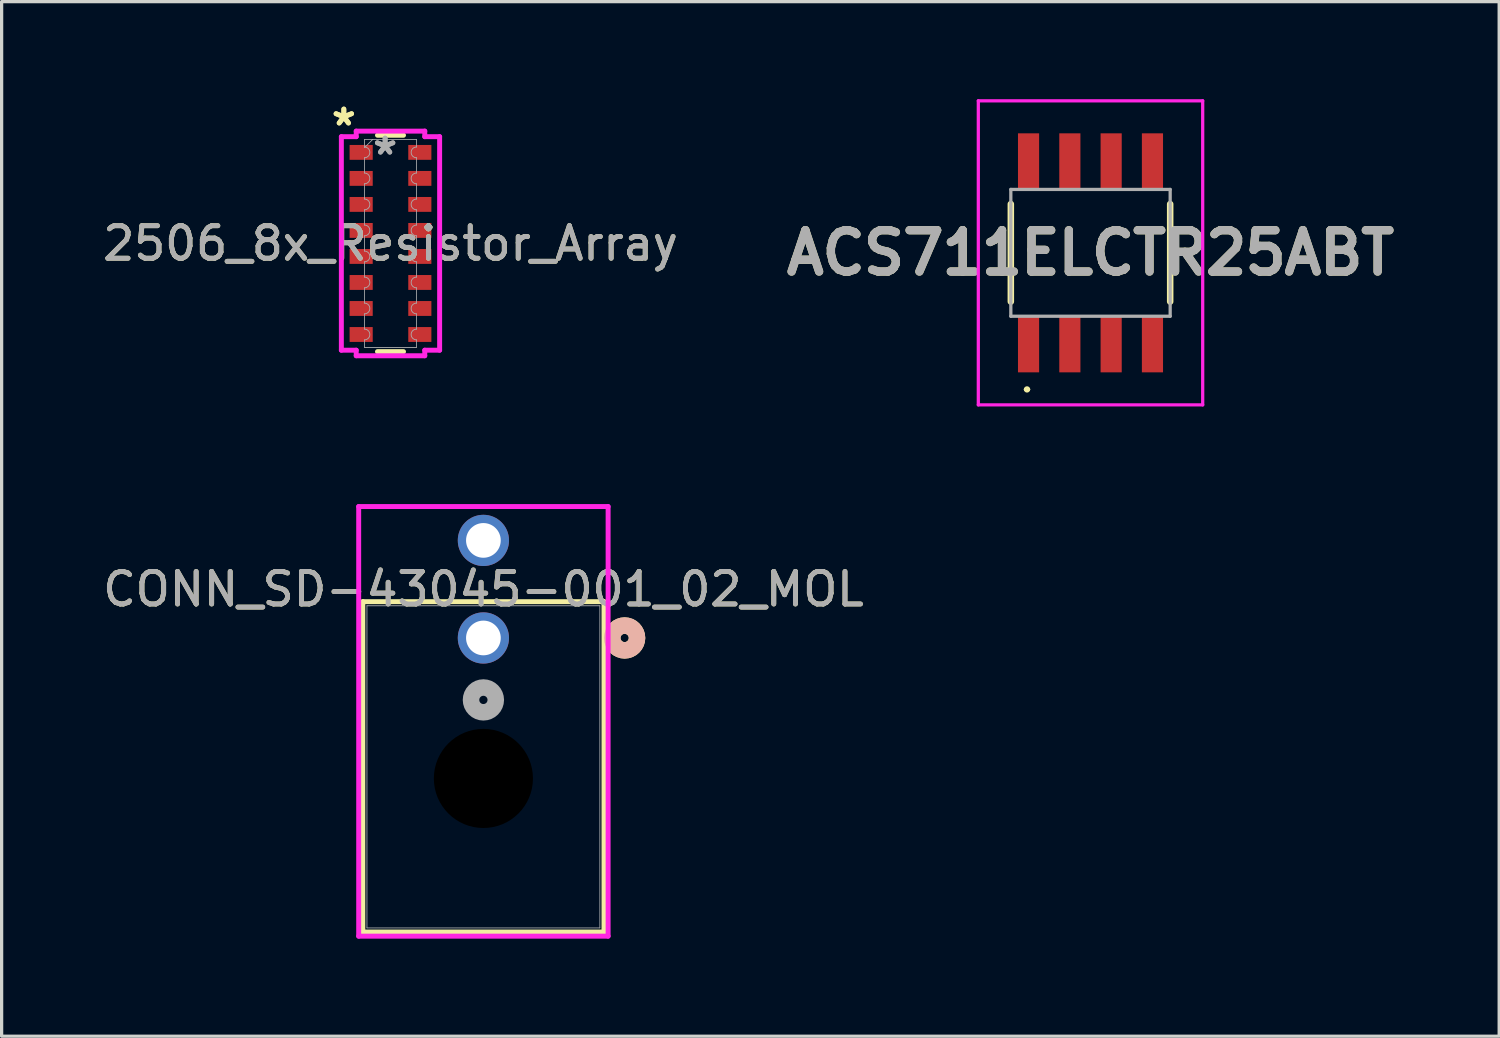
<source format=kicad_pcb>
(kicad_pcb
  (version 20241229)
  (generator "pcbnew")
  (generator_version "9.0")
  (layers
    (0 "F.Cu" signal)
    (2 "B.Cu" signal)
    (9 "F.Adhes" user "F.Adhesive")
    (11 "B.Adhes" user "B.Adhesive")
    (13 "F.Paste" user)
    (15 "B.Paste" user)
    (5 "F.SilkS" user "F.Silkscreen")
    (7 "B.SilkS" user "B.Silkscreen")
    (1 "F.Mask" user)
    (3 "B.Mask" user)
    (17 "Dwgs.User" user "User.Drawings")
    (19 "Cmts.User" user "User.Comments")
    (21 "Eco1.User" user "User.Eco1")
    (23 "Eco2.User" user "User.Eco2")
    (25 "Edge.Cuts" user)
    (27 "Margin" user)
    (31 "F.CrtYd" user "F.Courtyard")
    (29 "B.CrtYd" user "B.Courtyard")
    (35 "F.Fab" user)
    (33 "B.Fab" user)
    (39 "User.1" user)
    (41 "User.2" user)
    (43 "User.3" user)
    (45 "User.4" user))
  (footprint "2506_8x_Resistor_Array"
    (layer "F.Cu")
    (at 8.958 4.436)
    (property "Reference" "2506_8x_Resistor_Array" (at 0 0 0) (unlocked yes) (layer "F.SilkS") (effects (font (size 1 1) (thickness 0.15))))
    (attr smd)
    (fp_line (start -0.4 -3.327) (end 0.4 -3.327) (stroke (width 0.152) (type solid)) (layer "F.SilkS"))
    (fp_line (start -0.4 3.327) (end 0.4 3.327) (stroke (width 0.152) (type solid)) (layer "F.SilkS"))
    (fp_line (start -1.511 -3.283) (end -1.054 -3.283) (stroke (width 0.152) (type solid)) (layer "F.CrtYd"))
    (fp_line (start -1.511 3.283) (end -1.511 -3.283) (stroke (width 0.152) (type solid)) (layer "F.CrtYd"))
    (fp_line (start -1.511 3.283) (end -1.054 3.283) (stroke (width 0.152) (type solid)) (layer "F.CrtYd"))
    (fp_line (start -1.054 -3.454) (end 1.054 -3.454) (stroke (width 0.152) (type solid)) (layer "F.CrtYd"))
    (fp_line (start -1.054 -3.283) (end -1.054 -3.454) (stroke (width 0.152) (type solid)) (layer "F.CrtYd"))
    (fp_line (start -1.054 3.454) (end -1.054 3.283) (stroke (width 0.152) (type solid)) (layer "F.CrtYd"))
    (fp_line (start 1.054 -3.454) (end 1.054 -3.283) (stroke (width 0.152) (type solid)) (layer "F.CrtYd"))
    (fp_line (start 1.054 3.283) (end 1.054 3.454) (stroke (width 0.152) (type solid)) (layer "F.CrtYd"))
    (fp_line (start 1.054 3.454) (end -1.054 3.454) (stroke (width 0.152) (type solid)) (layer "F.CrtYd"))
    (fp_line (start 1.511 -3.283) (end 1.054 -3.283) (stroke (width 0.152) (type solid)) (layer "F.CrtYd"))
    (fp_line (start 1.511 -3.283) (end 1.511 3.283) (stroke (width 0.152) (type solid)) (layer "F.CrtYd"))
    (fp_line (start 1.511 3.283) (end 1.054 3.283) (stroke (width 0.152) (type solid)) (layer "F.CrtYd"))
    (fp_line (start -0.8 -3.2) (end 0.8 -3.2) (stroke (width 0.025) (type solid)) (layer "F.Fab"))
    (fp_line (start -0.8 -2.965) (end -0.8 -3.2) (stroke (width 0.025) (type solid)) (layer "F.Fab"))
    (fp_line (start -0.8 -2.635) (end -0.8 -2.165) (stroke (width 0.025) (type solid)) (layer "F.Fab"))
    (fp_line (start -0.8 -1.835) (end -0.8 -1.365) (stroke (width 0.025) (type solid)) (layer "F.Fab"))
    (fp_line (start -0.8 -1.035) (end -0.8 -0.565) (stroke (width 0.025) (type solid)) (layer "F.Fab"))
    (fp_line (start -0.8 -0.235) (end -0.8 0.235) (stroke (width 0.025) (type solid)) (layer "F.Fab"))
    (fp_line (start -0.8 0.565) (end -0.8 1.035) (stroke (width 0.025) (type solid)) (layer "F.Fab"))
    (fp_line (start -0.8 1.365) (end -0.8 1.835) (stroke (width 0.025) (type solid)) (layer "F.Fab"))
    (fp_line (start -0.8 2.165) (end -0.8 2.635) (stroke (width 0.025) (type solid)) (layer "F.Fab"))
    (fp_line (start -0.8 2.965) (end -0.8 3.2) (stroke (width 0.025) (type solid)) (layer "F.Fab"))
    (fp_line (start -0.8 3.2) (end 0.8 3.2) (stroke (width 0.025) (type solid)) (layer "F.Fab"))
    (fp_line (start -0.546 -3.2) (end -0.8 -2.946) (stroke (width 0.025) (type solid)) (layer "F.Fab"))
    (fp_line (start 0.8 -2.965) (end 0.8 -3.2) (stroke (width 0.025) (type solid)) (layer "F.Fab"))
    (fp_line (start 0.8 -2.635) (end 0.8 -2.165) (stroke (width 0.025) (type solid)) (layer "F.Fab"))
    (fp_line (start 0.8 -1.835) (end 0.8 -1.365) (stroke (width 0.025) (type solid)) (layer "F.Fab"))
    (fp_line (start 0.8 -1.035) (end 0.8 -0.565) (stroke (width 0.025) (type solid)) (layer "F.Fab"))
    (fp_line (start 0.8 -0.235) (end 0.8 0.235) (stroke (width 0.025) (type solid)) (layer "F.Fab"))
    (fp_line (start 0.8 0.565) (end 0.8 1.035) (stroke (width 0.025) (type solid)) (layer "F.Fab"))
    (fp_line (start 0.8 1.365) (end 0.8 1.835) (stroke (width 0.025) (type solid)) (layer "F.Fab"))
    (fp_line (start 0.8 2.165) (end 0.8 2.635) (stroke (width 0.025) (type solid)) (layer "F.Fab"))
    (fp_line (start 0.8 2.965) (end 0.8 3.2) (stroke (width 0.025) (type solid)) (layer "F.Fab"))
    (fp_arc (start -0.8001 -2.965099) (mid -0.635 -2.799999) (end -0.8001 -2.634899) (stroke (width 0.0254) (type solid)) (layer "F.Fab"))
    (fp_arc (start -0.8001 -2.165099) (mid -0.635 -1.999999) (end -0.8001 -1.834899) (stroke (width 0.0254) (type solid)) (layer "F.Fab"))
    (fp_arc (start -0.8001 -1.3651) (mid -0.635 -1.2) (end -0.8001 -1.0349) (stroke (width 0.0254) (type solid)) (layer "F.Fab"))
    (fp_arc (start -0.8001 -0.565099) (mid -0.635 -0.399999) (end -0.8001 -0.234899) (stroke (width 0.0254) (type solid)) (layer "F.Fab"))
    (fp_arc (start -0.8001 0.234899) (mid -0.635 0.399999) (end -0.8001 0.565099) (stroke (width 0.0254) (type solid)) (layer "F.Fab"))
    (fp_arc (start -0.8001 1.0349) (mid -0.635 1.2) (end -0.8001 1.3651) (stroke (width 0.0254) (type solid)) (layer "F.Fab"))
    (fp_arc (start -0.8001 1.834901) (mid -0.635 2.000001) (end -0.8001 2.165101) (stroke (width 0.0254) (type solid)) (layer "F.Fab"))
    (fp_arc (start -0.8001 2.634899) (mid -0.635 2.799999) (end -0.8001 2.965099) (stroke (width 0.0254) (type solid)) (layer "F.Fab"))
    (fp_arc (start 0.8001 -2.634899) (mid 0.635 -2.799999) (end 0.8001 -2.965099) (stroke (width 0.0254) (type solid)) (layer "F.Fab"))
    (fp_arc (start 0.8001 -1.834899) (mid 0.635 -1.999999) (end 0.8001 -2.165099) (stroke (width 0.0254) (type solid)) (layer "F.Fab"))
    (fp_arc (start 0.8001 -1.0349) (mid 0.635 -1.2) (end 0.8001 -1.3651) (stroke (width 0.0254) (type solid)) (layer "F.Fab"))
    (fp_arc (start 0.8001 -0.234899) (mid 0.635 -0.399999) (end 0.8001 -0.565099) (stroke (width 0.0254) (type solid)) (layer "F.Fab"))
    (fp_arc (start 0.8001 0.565099) (mid 0.635 0.399999) (end 0.8001 0.234899) (stroke (width 0.0254) (type solid)) (layer "F.Fab"))
    (fp_arc (start 0.8001 1.3651) (mid 0.635 1.2) (end 0.8001 1.0349) (stroke (width 0.0254) (type solid)) (layer "F.Fab"))
    (fp_arc (start 0.8001 2.165101) (mid 0.635 2.000001) (end 0.8001 1.834901) (stroke (width 0.0254) (type solid)) (layer "F.Fab"))
    (fp_arc (start 0.8001 2.965099) (mid 0.635 2.799999) (end 0.8001 2.634899) (stroke (width 0.0254) (type solid)) (layer "F.Fab"))
    (fp_text user "*" (at -1.435 -3.587 0) (layer "F.SilkS") (effects (font (size 1 1) (thickness 0.15))))
    (fp_text user "*" (at -1.435 -3.587 0) (unlocked yes) (layer "F.SilkS") (effects (font (size 1 1) (thickness 0.15))))
    (fp_text user "*" (at -0.165 -2.692 0) (unlocked yes) (layer "F.Fab") (effects (font (size 1 1) (thickness 0.15))))
    (fp_text user "${REFERENCE}" (at 0 0 0) (unlocked yes) (layer "F.Fab") (effects (font (size 1 1) (thickness 0.15))))
    (fp_text user "*" (at -0.165 -2.692 0) (layer "F.Fab") (effects (font (size 1 1) (thickness 0.15))))
    (pad "1" smd rect (at -0.902 -2.8) (size 0.711 0.457) (layers "F.Cu" "F.Mask" "F.Paste"))
    (pad "2" smd rect (at -0.902 -2) (size 0.711 0.457) (layers "F.Cu" "F.Mask" "F.Paste"))
    (pad "3" smd rect (at -0.902 -1.2) (size 0.711 0.457) (layers "F.Cu" "F.Mask" "F.Paste"))
    (pad "4" smd rect (at -0.902 -0.4) (size 0.711 0.457) (layers "F.Cu" "F.Mask" "F.Paste"))
    (pad "5" smd rect (at -0.902 0.4) (size 0.711 0.457) (layers "F.Cu" "F.Mask" "F.Paste"))
    (pad "6" smd rect (at -0.902 1.2) (size 0.711 0.457) (layers "F.Cu" "F.Mask" "F.Paste"))
    (pad "7" smd rect (at -0.902 2) (size 0.711 0.457) (layers "F.Cu" "F.Mask" "F.Paste"))
    (pad "8" smd rect (at -0.902 2.8) (size 0.711 0.457) (layers "F.Cu" "F.Mask" "F.Paste"))
    (pad "9" smd rect (at 0.902 2.8) (size 0.711 0.457) (layers "F.Cu" "F.Mask" "F.Paste"))
    (pad "10" smd rect (at 0.902 2) (size 0.711 0.457) (layers "F.Cu" "F.Mask" "F.Paste"))
    (pad "11" smd rect (at 0.902 1.2) (size 0.711 0.457) (layers "F.Cu" "F.Mask" "F.Paste"))
    (pad "12" smd rect (at 0.902 0.4) (size 0.711 0.457) (layers "F.Cu" "F.Mask" "F.Paste"))
    (pad "13" smd rect (at 0.902 -0.4) (size 0.711 0.457) (layers "F.Cu" "F.Mask" "F.Paste"))
    (pad "14" smd rect (at 0.902 -1.2) (size 0.711 0.457) (layers "F.Cu" "F.Mask" "F.Paste"))
    (pad "15" smd rect (at 0.902 -2) (size 0.711 0.457) (layers "F.Cu" "F.Mask" "F.Paste"))
    (pad "16" smd rect (at 0.902 -2.8) (size 0.711 0.457) (layers "F.Cu" "F.Mask" "F.Paste")))
  (footprint "ACS711ELCTR25ABT"
    (layer "F.Cu")
    (at 30.484 4.725)
    (property "Reference" "ACS711ELCTR25ABT" (at 0 0 0) (layer "F.SilkS") (effects (font (size 1.27 1.27) (thickness 0.254))))
    (attr smd)
    (fp_line (start -2.45 -1.5) (end -2.45 1.5) (stroke (width 0.2) (type solid)) (layer "F.SilkS"))
    (fp_line (start -2 4.2) (end -2 4.2) (stroke (width 0.1) (type solid)) (layer "F.SilkS"))
    (fp_line (start -1.905 4.2) (end -1.905 4.2) (stroke (width 0.1) (type solid)) (layer "F.SilkS"))
    (fp_line (start 2.45 -1.5) (end 2.45 1.5) (stroke (width 0.2) (type solid)) (layer "F.SilkS"))
    (fp_arc (start -2 4.2) (mid -1.9525 4.1525) (end -1.905 4.2) (stroke (width 0.1) (type solid)) (layer "F.SilkS"))
    (fp_arc (start -1.905 4.2) (mid -1.9525 4.2475) (end -2 4.2) (stroke (width 0.1) (type solid)) (layer "F.SilkS"))
    (fp_line (start -3.45 -4.675) (end 3.45 -4.675) (stroke (width 0.1) (type solid)) (layer "F.CrtYd"))
    (fp_line (start -3.45 4.675) (end -3.45 -4.675) (stroke (width 0.1) (type solid)) (layer "F.CrtYd"))
    (fp_line (start 3.45 -4.675) (end 3.45 4.675) (stroke (width 0.1) (type solid)) (layer "F.CrtYd"))
    (fp_line (start 3.45 4.675) (end -3.45 4.675) (stroke (width 0.1) (type solid)) (layer "F.CrtYd"))
    (fp_line (start -2.45 -1.95) (end 2.45 -1.95) (stroke (width 0.1) (type solid)) (layer "F.Fab"))
    (fp_line (start -2.45 1.95) (end -2.45 -1.95) (stroke (width 0.1) (type solid)) (layer "F.Fab"))
    (fp_line (start 2.45 -1.95) (end 2.45 1.95) (stroke (width 0.1) (type solid)) (layer "F.Fab"))
    (fp_line (start 2.45 1.95) (end -2.45 1.95) (stroke (width 0.1) (type solid)) (layer "F.Fab"))
    (fp_text user "${REFERENCE}" (at 0 0 0) (layer "F.Fab") (effects (font (size 1.27 1.27) (thickness 0.254))))
    (pad "1" smd rect (at -1.905 2.8) (size 0.65 1.75) (layers "F.Cu" "F.Mask" "F.Paste"))
    (pad "2" smd rect (at -0.635 2.8) (size 0.65 1.75) (layers "F.Cu" "F.Mask" "F.Paste"))
    (pad "3" smd rect (at 0.635 2.8) (size 0.65 1.75) (layers "F.Cu" "F.Mask" "F.Paste"))
    (pad "4" smd rect (at 1.905 2.8) (size 0.65 1.75) (layers "F.Cu" "F.Mask" "F.Paste"))
    (pad "5" smd rect (at 1.905 -2.8) (size 0.65 1.75) (layers "F.Cu" "F.Mask" "F.Paste"))
    (pad "6" smd rect (at 0.635 -2.8) (size 0.65 1.75) (layers "F.Cu" "F.Mask" "F.Paste"))
    (pad "7" smd rect (at -0.635 -2.8) (size 0.65 1.75) (layers "F.Cu" "F.Mask" "F.Paste"))
    (pad "8" smd rect (at -1.905 -2.8) (size 0.65 1.75) (layers "F.Cu" "F.Mask" "F.Paste")))
  (footprint "CONN_SD-43045-001_02_MOL"
    (layer "F.Cu")
    (at 11.815 16.568)
    (property "Reference" "CONN_SD-43045-001_02_MOL" (at 0 -1.5 0) (unlocked yes) (layer "F.SilkS") (effects (font (size 1 1) (thickness 0.15))))
    (attr through_hole)
    (fp_line (start -3.708 -1.117) (end -3.708 9.043) (stroke (width 0.152) (type solid)) (layer "F.SilkS"))
    (fp_line (start -3.708 9.043) (end 3.708 9.043) (stroke (width 0.152) (type solid)) (layer "F.SilkS"))
    (fp_line (start 3.708 -1.117) (end -3.708 -1.117) (stroke (width 0.152) (type solid)) (layer "F.SilkS"))
    (fp_line (start 3.708 9.043) (end 3.708 -1.117) (stroke (width 0.152) (type solid)) (layer "F.SilkS"))
    (fp_circle (center 4.343 0) (end 4.724 0) (stroke (width 0.508) (type solid)) (fill no) (layer "F.SilkS"))
    (fp_circle (center 4.343 0) (end 4.724 0) (stroke (width 0.508) (type solid)) (fill no) (layer "B.SilkS"))
    (fp_line (start -3.835 -4.041) (end -3.835 9.17) (stroke (width 0.152) (type solid)) (layer "F.CrtYd"))
    (fp_line (start -3.835 9.17) (end 3.835 9.17) (stroke (width 0.152) (type solid)) (layer "F.CrtYd"))
    (fp_line (start 3.835 -4.041) (end -3.835 -4.041) (stroke (width 0.152) (type solid)) (layer "F.CrtYd"))
    (fp_line (start 3.835 9.17) (end 3.835 -4.041) (stroke (width 0.152) (type solid)) (layer "F.CrtYd"))
    (fp_line (start -3.581 -0.99) (end -3.581 8.916) (stroke (width 0.025) (type solid)) (layer "F.Fab"))
    (fp_line (start -3.581 8.916) (end 3.581 8.916) (stroke (width 0.025) (type solid)) (layer "F.Fab"))
    (fp_line (start 3.581 -0.99) (end -3.581 -0.99) (stroke (width 0.025) (type solid)) (layer "F.Fab"))
    (fp_line (start 3.581 8.916) (end 3.581 -0.99) (stroke (width 0.025) (type solid)) (layer "F.Fab"))
    (fp_circle (center 0 1.905) (end 0.381 1.905) (stroke (width 0.508) (type solid)) (fill no) (layer "F.Fab"))
    (fp_text user "${REFERENCE}" (at 0 -1.5 0) (unlocked yes) (layer "F.Fab") (effects (font (size 1 1) (thickness 0.15))))
    (pad "" np_thru_hole circle (at 0 4.32) (size 3.048 3.048) (drill 3.048) (layers))
    (pad "1" thru_hole circle (at 0 0) (size 1.575 1.575) (drill 1.067) (layers "*.Cu" "*.Mask"))
    (pad "2" thru_hole circle (at 0 -3) (size 1.575 1.575) (drill 1.067) (layers "*.Cu" "*.Mask")))
  (gr_rect
    (start -3 -3)
    (end 43.051 28.814)
    (stroke (width 0.1) (type default))
    (fill no)
    (layer "Edge.Cuts")))
</source>
